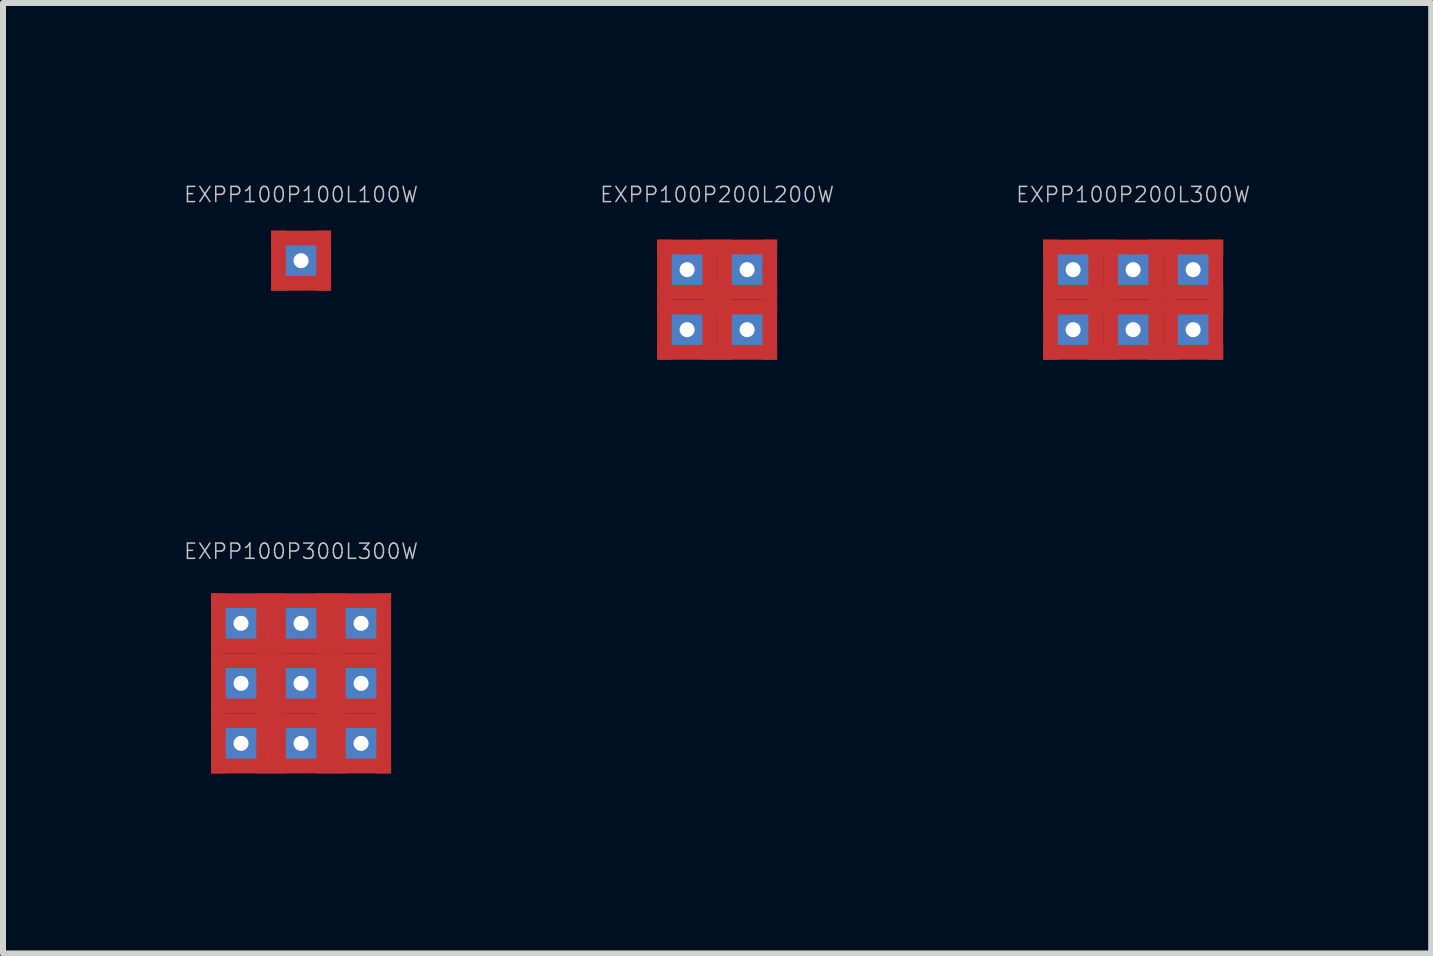
<source format=kicad_pcb>
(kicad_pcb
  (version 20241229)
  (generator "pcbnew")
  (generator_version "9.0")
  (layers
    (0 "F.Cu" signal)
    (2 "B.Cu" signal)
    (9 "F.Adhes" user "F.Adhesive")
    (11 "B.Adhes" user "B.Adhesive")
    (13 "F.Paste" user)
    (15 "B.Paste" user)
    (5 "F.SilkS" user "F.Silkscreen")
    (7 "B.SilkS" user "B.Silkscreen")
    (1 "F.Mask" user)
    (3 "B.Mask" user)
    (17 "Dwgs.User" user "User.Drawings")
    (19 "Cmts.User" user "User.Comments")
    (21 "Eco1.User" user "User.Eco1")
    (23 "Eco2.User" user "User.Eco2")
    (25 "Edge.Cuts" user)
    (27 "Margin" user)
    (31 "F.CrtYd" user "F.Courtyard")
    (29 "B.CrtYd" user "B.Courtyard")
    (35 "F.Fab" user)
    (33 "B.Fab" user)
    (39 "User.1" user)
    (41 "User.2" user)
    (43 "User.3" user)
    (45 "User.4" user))
  (footprint "EXPP100P300L300W"
    (layer "F.Cu")
    (at 1.966 8.336)
    (property "Reference" "EXPP100P300L300W" (at 0 -2.2 0) (layer "Dwgs.User") (effects (font (size 0.254 0.254) (thickness 0.025))))
    (attr smd)
    (pad "1" smd rect (at -1.375 -1) (size 0.25 1) (layers "F.Cu" "F.Mask"))
    (pad "1" smd rect (at -1.375 0) (size 0.25 1) (layers "F.Cu" "F.Mask"))
    (pad "1" smd rect (at -1.375 1) (size 0.25 1) (layers "F.Cu" "F.Mask"))
    (pad "1" smd rect (at -1.27 -1.27) (size 0.35 0.35) (layers "F.Cu" "F.Mask" "F.Paste"))
    (pad "1" smd rect (at -1.27 -0.73) (size 0.35 0.35) (layers "F.Cu" "F.Paste"))
    (pad "1" smd rect (at -1.27 -0.27) (size 0.35 0.35) (layers "F.Cu" "F.Mask" "F.Paste"))
    (pad "1" smd rect (at -1.27 0.27) (size 0.35 0.35) (layers "F.Cu" "F.Paste"))
    (pad "1" smd rect (at -1.27 0.73) (size 0.35 0.35) (layers "F.Cu" "F.Mask" "F.Paste"))
    (pad "1" smd rect (at -1.27 1.27) (size 0.35 0.35) (layers "F.Cu" "F.Paste"))
    (pad "1" smd rect (at -1 -1.375) (size 1 0.25) (layers "F.Cu" "F.Mask"))
    (pad "1" thru_hole rect (at -1 -1) (size 0.51 0.51) (drill 0.25) (layers "*.Cu"))
    (pad "1" smd rect (at -1 -0.625) (size 1 0.25) (layers "F.Cu" "F.Mask"))
    (pad "1" smd rect (at -1 -0.375) (size 1 0.25) (layers "F.Cu" "F.Mask"))
    (pad "1" thru_hole rect (at -1 0) (size 0.51 0.51) (drill 0.25) (layers "*.Cu"))
    (pad "1" smd rect (at -1 0.375) (size 1 0.25) (layers "F.Cu" "F.Mask"))
    (pad "1" smd rect (at -1 0.625) (size 1 0.25) (layers "F.Cu" "F.Mask"))
    (pad "1" thru_hole rect (at -1 1) (size 0.51 0.51) (drill 0.25) (layers "*.Cu"))
    (pad "1" smd rect (at -1 1.375) (size 1 0.25) (layers "F.Cu" "F.Mask"))
    (pad "1" smd rect (at -0.73 -1.27) (size 0.35 0.35) (layers "F.Cu" "F.Paste"))
    (pad "1" smd rect (at -0.73 -0.73) (size 0.35 0.35) (layers "F.Cu" "F.Paste"))
    (pad "1" smd rect (at -0.73 -0.27) (size 0.35 0.35) (layers "F.Cu" "F.Paste"))
    (pad "1" smd rect (at -0.73 0.27) (size 0.35 0.35) (layers "F.Cu" "F.Paste"))
    (pad "1" smd rect (at -0.73 0.73) (size 0.35 0.35) (layers "F.Cu" "F.Paste"))
    (pad "1" smd rect (at -0.73 1.27) (size 0.35 0.35) (layers "F.Cu" "F.Paste"))
    (pad "1" smd rect (at -0.625 -1) (size 0.25 1) (layers "F.Cu" "F.Mask"))
    (pad "1" smd rect (at -0.625 0) (size 0.25 1) (layers "F.Cu" "F.Mask"))
    (pad "1" smd rect (at -0.625 1) (size 0.25 1) (layers "F.Cu" "F.Mask"))
    (pad "1" smd rect (at -0.375 -1) (size 0.25 1) (layers "F.Cu" "F.Mask"))
    (pad "1" smd rect (at -0.375 0) (size 0.25 1) (layers "F.Cu" "F.Mask"))
    (pad "1" smd rect (at -0.375 1) (size 0.25 1) (layers "F.Cu" "F.Mask"))
    (pad "1" smd rect (at -0.27 -1.27) (size 0.35 0.35) (layers "F.Cu" "F.Mask" "F.Paste"))
    (pad "1" smd rect (at -0.27 -0.73) (size 0.35 0.35) (layers "F.Cu" "F.Paste"))
    (pad "1" smd rect (at -0.27 -0.27) (size 0.35 0.35) (layers "F.Cu" "F.Mask" "F.Paste"))
    (pad "1" smd rect (at -0.27 0.27) (size 0.35 0.35) (layers "F.Cu" "F.Paste"))
    (pad "1" smd rect (at -0.27 0.73) (size 0.35 0.35) (layers "F.Cu" "F.Mask" "F.Paste"))
    (pad "1" smd rect (at -0.27 1.27) (size 0.35 0.35) (layers "F.Cu" "F.Paste"))
    (pad "1" smd rect (at 0 -1.375) (size 1 0.25) (layers "F.Cu" "F.Mask"))
    (pad "1" thru_hole rect (at 0 -1) (size 0.51 0.51) (drill 0.25) (layers "*.Cu"))
    (pad "1" smd rect (at 0 -0.625) (size 1 0.25) (layers "F.Cu" "F.Mask"))
    (pad "1" smd rect (at 0 -0.375) (size 1 0.25) (layers "F.Cu" "F.Mask"))
    (pad "1" thru_hole rect (at 0 0) (size 0.51 0.51) (drill 0.25) (layers "*.Cu"))
    (pad "1" smd rect (at 0 0.375) (size 1 0.25) (layers "F.Cu" "F.Mask"))
    (pad "1" smd rect (at 0 0.625) (size 1 0.25) (layers "F.Cu" "F.Mask"))
    (pad "1" thru_hole rect (at 0 1) (size 0.51 0.51) (drill 0.25) (layers "*.Cu"))
    (pad "1" smd rect (at 0 1.375) (size 1 0.25) (layers "F.Cu" "F.Mask"))
    (pad "1" smd rect (at 0.27 -1.27) (size 0.35 0.35) (layers "F.Cu" "F.Paste"))
    (pad "1" smd rect (at 0.27 -0.73) (size 0.35 0.35) (layers "F.Cu" "F.Paste"))
    (pad "1" smd rect (at 0.27 -0.27) (size 0.35 0.35) (layers "F.Cu" "F.Paste"))
    (pad "1" smd rect (at 0.27 0.27) (size 0.35 0.35) (layers "F.Cu" "F.Paste"))
    (pad "1" smd rect (at 0.27 0.73) (size 0.35 0.35) (layers "F.Cu" "F.Paste"))
    (pad "1" smd rect (at 0.27 1.27) (size 0.35 0.35) (layers "F.Cu" "F.Paste"))
    (pad "1" smd rect (at 0.375 -1) (size 0.25 1) (layers "F.Cu" "F.Mask"))
    (pad "1" smd rect (at 0.375 0) (size 0.25 1) (layers "F.Cu" "F.Mask"))
    (pad "1" smd rect (at 0.375 1) (size 0.25 1) (layers "F.Cu" "F.Mask"))
    (pad "1" smd rect (at 0.625 -1) (size 0.25 1) (layers "F.Cu" "F.Mask"))
    (pad "1" smd rect (at 0.625 0) (size 0.25 1) (layers "F.Cu" "F.Mask"))
    (pad "1" smd rect (at 0.625 1) (size 0.25 1) (layers "F.Cu" "F.Mask"))
    (pad "1" smd rect (at 0.73 -1.27) (size 0.35 0.35) (layers "F.Cu" "F.Mask" "F.Paste"))
    (pad "1" smd rect (at 0.73 -0.73) (size 0.35 0.35) (layers "F.Cu" "F.Paste"))
    (pad "1" smd rect (at 0.73 -0.27) (size 0.35 0.35) (layers "F.Cu" "F.Mask" "F.Paste"))
    (pad "1" smd rect (at 0.73 0.27) (size 0.35 0.35) (layers "F.Cu" "F.Paste"))
    (pad "1" smd rect (at 0.73 0.73) (size 0.35 0.35) (layers "F.Cu" "F.Mask" "F.Paste"))
    (pad "1" smd rect (at 0.73 1.27) (size 0.35 0.35) (layers "F.Cu" "F.Paste"))
    (pad "1" smd rect (at 1 -1.375) (size 1 0.25) (layers "F.Cu" "F.Mask"))
    (pad "1" thru_hole rect (at 1 -1) (size 0.51 0.51) (drill 0.25) (layers "*.Cu"))
    (pad "1" smd rect (at 1 -0.625) (size 1 0.25) (layers "F.Cu" "F.Mask"))
    (pad "1" smd rect (at 1 -0.375) (size 1 0.25) (layers "F.Cu" "F.Mask"))
    (pad "1" thru_hole rect (at 1 0) (size 0.51 0.51) (drill 0.25) (layers "*.Cu"))
    (pad "1" smd rect (at 1 0.375) (size 1 0.25) (layers "F.Cu" "F.Mask"))
    (pad "1" smd rect (at 1 0.625) (size 1 0.25) (layers "F.Cu" "F.Mask"))
    (pad "1" thru_hole rect (at 1 1) (size 0.51 0.51) (drill 0.25) (layers "*.Cu"))
    (pad "1" smd rect (at 1 1.375) (size 1 0.25) (layers "F.Cu" "F.Mask"))
    (pad "1" smd rect (at 1.27 -1.27) (size 0.35 0.35) (layers "F.Cu" "F.Paste"))
    (pad "1" smd rect (at 1.27 -0.73) (size 0.35 0.35) (layers "F.Cu" "F.Paste"))
    (pad "1" smd rect (at 1.27 -0.27) (size 0.35 0.35) (layers "F.Cu" "F.Paste"))
    (pad "1" smd rect (at 1.27 0.27) (size 0.35 0.35) (layers "F.Cu" "F.Paste"))
    (pad "1" smd rect (at 1.27 0.73) (size 0.35 0.35) (layers "F.Cu" "F.Paste"))
    (pad "1" smd rect (at 1.27 1.27) (size 0.35 0.35) (layers "F.Cu" "F.Paste"))
    (pad "1" smd rect (at 1.375 -1) (size 0.25 1) (layers "F.Cu" "F.Mask"))
    (pad "1" smd rect (at 1.375 0) (size 0.25 1) (layers "F.Cu" "F.Mask"))
    (pad "1" smd rect (at 1.375 1) (size 0.25 1) (layers "F.Cu" "F.Mask")))
  (footprint "EXPP100P200L200W"
    (layer "F.Cu")
    (at 8.898 1.943)
    (property "Reference" "EXPP100P200L200W" (at 0 -1.75 0) (layer "Dwgs.User") (effects (font (size 0.254 0.254) (thickness 0.025))))
    (attr smd)
    (pad "1" smd rect (at -0.875 -0.5) (size 0.25 1) (layers "F.Cu" "F.Mask"))
    (pad "1" smd rect (at -0.875 0.5) (size 0.25 1) (layers "F.Cu" "F.Mask"))
    (pad "1" smd rect (at -0.77 -0.77) (size 0.35 0.35) (layers "F.Cu" "F.Mask" "F.Paste"))
    (pad "1" smd rect (at -0.77 -0.23) (size 0.35 0.35) (layers "F.Cu" "F.Paste"))
    (pad "1" smd rect (at -0.77 0.23) (size 0.35 0.35) (layers "F.Cu" "F.Mask" "F.Paste"))
    (pad "1" smd rect (at -0.77 0.77) (size 0.35 0.35) (layers "F.Cu" "F.Paste"))
    (pad "1" smd rect (at -0.5 -0.875) (size 1 0.25) (layers "F.Cu" "F.Mask"))
    (pad "1" thru_hole rect (at -0.5 -0.5) (size 0.51 0.51) (drill 0.25) (layers "*.Cu"))
    (pad "1" smd rect (at -0.5 -0.125) (size 1 0.25) (layers "F.Cu" "F.Mask"))
    (pad "1" smd rect (at -0.5 0.125) (size 1 0.25) (layers "F.Cu" "F.Mask"))
    (pad "1" thru_hole rect (at -0.5 0.5) (size 0.51 0.51) (drill 0.25) (layers "*.Cu"))
    (pad "1" smd rect (at -0.5 0.875) (size 1 0.25) (layers "F.Cu" "F.Mask"))
    (pad "1" smd rect (at -0.23 -0.77) (size 0.35 0.35) (layers "F.Cu" "F.Paste"))
    (pad "1" smd rect (at -0.23 -0.23) (size 0.35 0.35) (layers "F.Cu" "F.Paste"))
    (pad "1" smd rect (at -0.23 0.23) (size 0.35 0.35) (layers "F.Cu" "F.Paste"))
    (pad "1" smd rect (at -0.23 0.77) (size 0.35 0.35) (layers "F.Cu" "F.Paste"))
    (pad "1" smd rect (at -0.125 -0.5) (size 0.25 1) (layers "F.Cu" "F.Mask"))
    (pad "1" smd rect (at -0.125 0.5) (size 0.25 1) (layers "F.Cu" "F.Mask"))
    (pad "1" smd rect (at 0.125 -0.5) (size 0.25 1) (layers "F.Cu" "F.Mask"))
    (pad "1" smd rect (at 0.125 0.5) (size 0.25 1) (layers "F.Cu" "F.Mask"))
    (pad "1" smd rect (at 0.23 -0.77) (size 0.35 0.35) (layers "F.Cu" "F.Mask" "F.Paste"))
    (pad "1" smd rect (at 0.23 -0.23) (size 0.35 0.35) (layers "F.Cu" "F.Paste"))
    (pad "1" smd rect (at 0.23 0.23) (size 0.35 0.35) (layers "F.Cu" "F.Mask" "F.Paste"))
    (pad "1" smd rect (at 0.23 0.77) (size 0.35 0.35) (layers "F.Cu" "F.Paste"))
    (pad "1" smd rect (at 0.5 -0.875) (size 1 0.25) (layers "F.Cu" "F.Mask"))
    (pad "1" thru_hole rect (at 0.5 -0.5) (size 0.51 0.51) (drill 0.25) (layers "*.Cu"))
    (pad "1" smd rect (at 0.5 -0.125) (size 1 0.25) (layers "F.Cu" "F.Mask"))
    (pad "1" smd rect (at 0.5 0.125) (size 1 0.25) (layers "F.Cu" "F.Mask"))
    (pad "1" thru_hole rect (at 0.5 0.5) (size 0.51 0.51) (drill 0.25) (layers "*.Cu"))
    (pad "1" smd rect (at 0.5 0.875) (size 1 0.25) (layers "F.Cu" "F.Mask"))
    (pad "1" smd rect (at 0.77 -0.77) (size 0.35 0.35) (layers "F.Cu" "F.Paste"))
    (pad "1" smd rect (at 0.77 -0.23) (size 0.35 0.35) (layers "F.Cu" "F.Paste"))
    (pad "1" smd rect (at 0.77 0.23) (size 0.35 0.35) (layers "F.Cu" "F.Paste"))
    (pad "1" smd rect (at 0.77 0.77) (size 0.35 0.35) (layers "F.Cu" "F.Paste"))
    (pad "1" smd rect (at 0.875 -0.5) (size 0.25 1) (layers "F.Cu" "F.Mask"))
    (pad "1" smd rect (at 0.875 0.5) (size 0.25 1) (layers "F.Cu" "F.Mask")))
  (footprint "EXPP100P200L300W"
    (layer "F.Cu")
    (at 15.83 1.943)
    (property "Reference" "EXPP100P200L300W" (at 0 -1.75 0) (layer "Dwgs.User") (effects (font (size 0.254 0.254) (thickness 0.025))))
    (attr smd)
    (pad "1" smd rect (at -1.375 -0.5) (size 0.25 1) (layers "F.Cu" "F.Mask"))
    (pad "1" smd rect (at -1.375 0.5) (size 0.25 1) (layers "F.Cu" "F.Mask"))
    (pad "1" smd rect (at -1.27 -0.77) (size 0.35 0.35) (layers "F.Cu" "F.Mask" "F.Paste"))
    (pad "1" smd rect (at -1.27 -0.23) (size 0.35 0.35) (layers "F.Cu" "F.Paste"))
    (pad "1" smd rect (at -1.27 0.23) (size 0.35 0.35) (layers "F.Cu" "F.Mask" "F.Paste"))
    (pad "1" smd rect (at -1.27 0.77) (size 0.35 0.35) (layers "F.Cu" "F.Paste"))
    (pad "1" smd rect (at -1 -0.875) (size 1 0.25) (layers "F.Cu" "F.Mask"))
    (pad "1" thru_hole rect (at -1 -0.5) (size 0.51 0.51) (drill 0.25) (layers "*.Cu"))
    (pad "1" smd rect (at -1 -0.125) (size 1 0.25) (layers "F.Cu" "F.Mask"))
    (pad "1" smd rect (at -1 0.125) (size 1 0.25) (layers "F.Cu" "F.Mask"))
    (pad "1" thru_hole rect (at -1 0.5) (size 0.51 0.51) (drill 0.25) (layers "*.Cu"))
    (pad "1" smd rect (at -1 0.875) (size 1 0.25) (layers "F.Cu" "F.Mask"))
    (pad "1" smd rect (at -0.73 -0.77) (size 0.35 0.35) (layers "F.Cu" "F.Paste"))
    (pad "1" smd rect (at -0.73 -0.23) (size 0.35 0.35) (layers "F.Cu" "F.Paste"))
    (pad "1" smd rect (at -0.73 0.23) (size 0.35 0.35) (layers "F.Cu" "F.Paste"))
    (pad "1" smd rect (at -0.73 0.77) (size 0.35 0.35) (layers "F.Cu" "F.Paste"))
    (pad "1" smd rect (at -0.625 -0.5) (size 0.25 1) (layers "F.Cu" "F.Mask"))
    (pad "1" smd rect (at -0.625 0.5) (size 0.25 1) (layers "F.Cu" "F.Mask"))
    (pad "1" smd rect (at -0.375 -0.5) (size 0.25 1) (layers "F.Cu" "F.Mask"))
    (pad "1" smd rect (at -0.375 0.5) (size 0.25 1) (layers "F.Cu" "F.Mask"))
    (pad "1" smd rect (at -0.27 -0.77) (size 0.35 0.35) (layers "F.Cu" "F.Mask" "F.Paste"))
    (pad "1" smd rect (at -0.27 -0.23) (size 0.35 0.35) (layers "F.Cu" "F.Paste"))
    (pad "1" smd rect (at -0.27 0.23) (size 0.35 0.35) (layers "F.Cu" "F.Mask" "F.Paste"))
    (pad "1" smd rect (at -0.27 0.77) (size 0.35 0.35) (layers "F.Cu" "F.Paste"))
    (pad "1" smd rect (at 0 -0.875) (size 1 0.25) (layers "F.Cu" "F.Mask"))
    (pad "1" thru_hole rect (at 0 -0.5) (size 0.51 0.51) (drill 0.25) (layers "*.Cu"))
    (pad "1" smd rect (at 0 -0.125) (size 1 0.25) (layers "F.Cu" "F.Mask"))
    (pad "1" smd rect (at 0 0.125) (size 1 0.25) (layers "F.Cu" "F.Mask"))
    (pad "1" thru_hole rect (at 0 0.5) (size 0.51 0.51) (drill 0.25) (layers "*.Cu"))
    (pad "1" smd rect (at 0 0.875) (size 1 0.25) (layers "F.Cu" "F.Mask"))
    (pad "1" smd rect (at 0.27 -0.77) (size 0.35 0.35) (layers "F.Cu" "F.Paste"))
    (pad "1" smd rect (at 0.27 -0.23) (size 0.35 0.35) (layers "F.Cu" "F.Paste"))
    (pad "1" smd rect (at 0.27 0.23) (size 0.35 0.35) (layers "F.Cu" "F.Paste"))
    (pad "1" smd rect (at 0.27 0.77) (size 0.35 0.35) (layers "F.Cu" "F.Paste"))
    (pad "1" smd rect (at 0.375 -0.5) (size 0.25 1) (layers "F.Cu" "F.Mask"))
    (pad "1" smd rect (at 0.375 0.5) (size 0.25 1) (layers "F.Cu" "F.Mask"))
    (pad "1" smd rect (at 0.625 -0.5) (size 0.25 1) (layers "F.Cu" "F.Mask"))
    (pad "1" smd rect (at 0.625 0.5) (size 0.25 1) (layers "F.Cu" "F.Mask"))
    (pad "1" smd rect (at 0.73 -0.77) (size 0.35 0.35) (layers "F.Cu" "F.Mask" "F.Paste"))
    (pad "1" smd rect (at 0.73 -0.23) (size 0.35 0.35) (layers "F.Cu" "F.Paste"))
    (pad "1" smd rect (at 0.73 0.23) (size 0.35 0.35) (layers "F.Cu" "F.Mask" "F.Paste"))
    (pad "1" smd rect (at 0.73 0.77) (size 0.35 0.35) (layers "F.Cu" "F.Paste"))
    (pad "1" smd rect (at 1 -0.875) (size 1 0.25) (layers "F.Cu" "F.Mask"))
    (pad "1" thru_hole rect (at 1 -0.5) (size 0.51 0.51) (drill 0.25) (layers "*.Cu"))
    (pad "1" smd rect (at 1 -0.125) (size 1 0.25) (layers "F.Cu" "F.Mask"))
    (pad "1" smd rect (at 1 0.125) (size 1 0.25) (layers "F.Cu" "F.Mask"))
    (pad "1" thru_hole rect (at 1 0.5) (size 0.51 0.51) (drill 0.25) (layers "*.Cu"))
    (pad "1" smd rect (at 1 0.875) (size 1 0.25) (layers "F.Cu" "F.Mask"))
    (pad "1" smd rect (at 1.27 -0.77) (size 0.35 0.35) (layers "F.Cu" "F.Paste"))
    (pad "1" smd rect (at 1.27 -0.23) (size 0.35 0.35) (layers "F.Cu" "F.Paste"))
    (pad "1" smd rect (at 1.27 0.23) (size 0.35 0.35) (layers "F.Cu" "F.Paste"))
    (pad "1" smd rect (at 1.27 0.77) (size 0.35 0.35) (layers "F.Cu" "F.Paste"))
    (pad "1" smd rect (at 1.375 -0.5) (size 0.25 1) (layers "F.Cu" "F.Mask"))
    (pad "1" smd rect (at 1.375 0.5) (size 0.25 1) (layers "F.Cu" "F.Mask")))
  (footprint "EXPP100P100L100W"
    (layer "F.Cu")
    (at 1.966 1.293)
    (property "Reference" "EXPP100P100L100W" (at 0 -1.1 0) (layer "Dwgs.User") (effects (font (size 0.254 0.254) (thickness 0.025))))
    (attr smd)
    (pad "1" smd rect (at -0.375 0) (size 0.25 1) (layers "F.Cu" "F.Mask"))
    (pad "1" smd rect (at -0.27 -0.27) (size 0.35 0.35) (layers "F.Cu" "F.Mask" "F.Paste"))
    (pad "1" smd rect (at -0.27 0.27) (size 0.35 0.35) (layers "F.Cu" "F.Paste"))
    (pad "1" smd rect (at 0 -0.375) (size 1 0.25) (layers "F.Cu" "F.Mask"))
    (pad "1" thru_hole rect (at 0 0) (size 0.51 0.51) (drill 0.25) (layers "*.Cu"))
    (pad "1" smd rect (at 0 0.375) (size 1 0.25) (layers "F.Cu" "F.Mask"))
    (pad "1" smd rect (at 0.27 -0.27) (size 0.35 0.35) (layers "F.Cu" "F.Paste"))
    (pad "1" smd rect (at 0.27 0.27) (size 0.35 0.35) (layers "F.Cu" "F.Paste"))
    (pad "1" smd rect (at 0.375 0) (size 0.25 1) (layers "F.Cu" "F.Mask")))
  (gr_rect
    (start -3 -3)
    (end 20.796 12.836)
    (stroke (width 0.1) (type default))
    (fill no)
    (layer "Edge.Cuts")))
</source>
